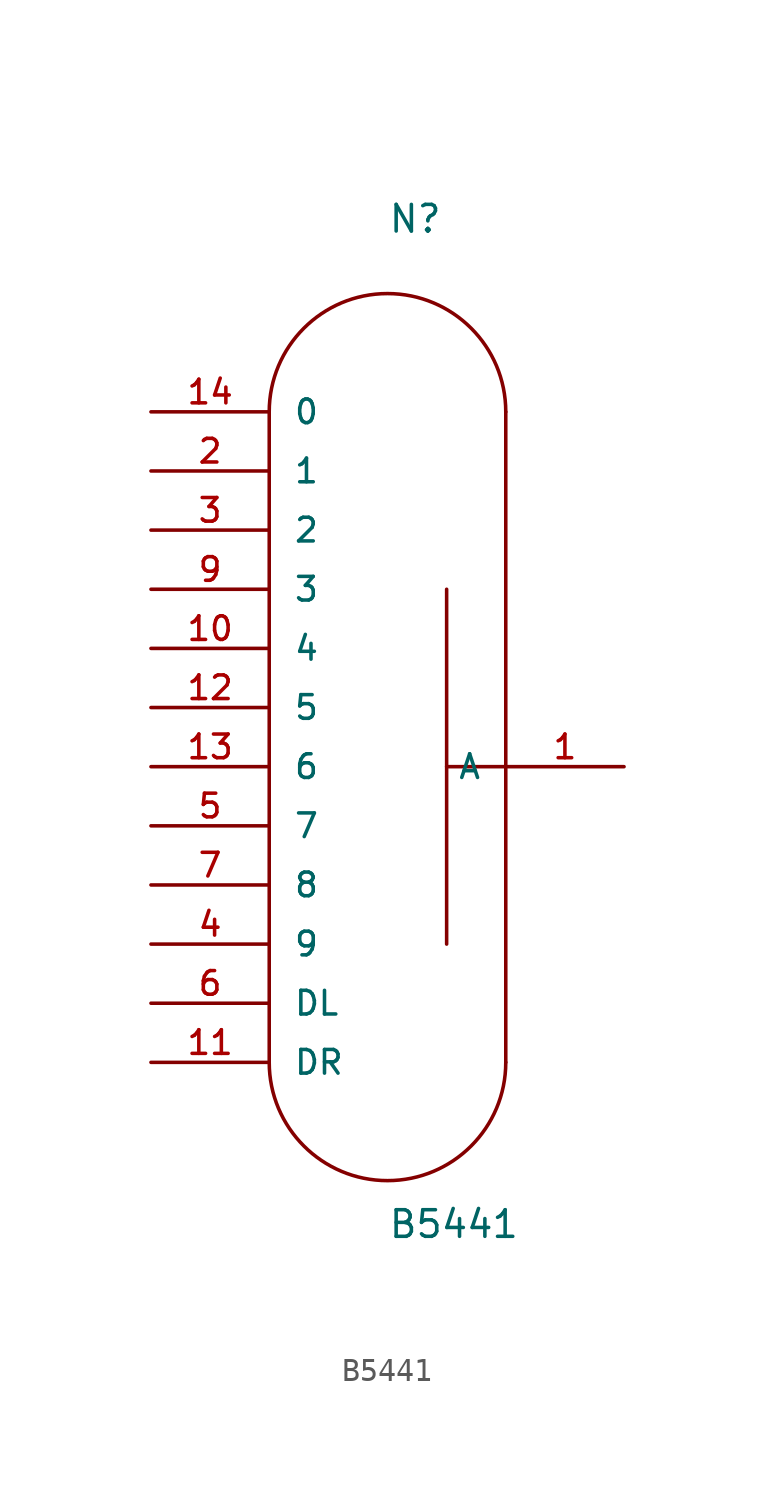
<source format=kicad_sym>
(kicad_symbol_lib
  (version 20220914)
  (generator kicad_symbol_editor)
  (symbol "B5441"
    (pin_names
      (offset 1.016))
    (property "Reference" "N"
      (at 0 22.86 0)
      (effects (font (size 1.143 1.143)) (justify left bottom)))
    (property "Value" "B5441"
      (at 0 -20.32 0)
      (effects (font (size 1.143 1.143)) (justify left bottom)))
    (property "ki_locked" ""
      (at 0 0 0)
      (effects (font (size 1.27 1.27))))
    (symbol "B5441_1_0"
      (polyline (pts (xy -5.08 15.24) (xy -5.08 -12.7)) (stroke (width 0) (type solid)) (fill (type none)))
      (polyline (pts (xy 2.54 -7.62) (xy 2.54 7.62)) (stroke (width 0) (type solid)) (fill (type none)))
      (polyline (pts (xy 5.08 0) (xy 2.54 0)) (stroke (width 0) (type solid)) (fill (type none)))
      (polyline (pts (xy 5.08 15.24) (xy 5.08 -12.7)) (stroke (width 0) (type solid)) (fill (type none))))
    (symbol "B5441_1_1"
      (arc (start -5.08 -12.7) (mid 0 -17.7579) (end 5.08 -12.7) (stroke (width 0) (type solid)) (fill (type none)))
      (arc (start 5.08 15.24) (mid 0 20.2979) (end -5.08 15.24) (stroke (width 0) (type solid)) (fill (type none)))
      (pin passive line (at 10.16 0 180) (length 5.08) (name "A" (effects (font (size 1.016 1.016)))) (number "1" (effects (font (size 1.016 1.016)))))
      (pin passive line (at -10.16 5.08 0) (length 5.08) (name "4" (effects (font (size 1.016 1.016)))) (number "10" (effects (font (size 1.016 1.016)))))
      (pin passive line (at -10.16 -12.7 0) (length 5.08) (name "DR" (effects (font (size 1.016 1.016)))) (number "11" (effects (font (size 1.016 1.016)))))
      (pin passive line (at -10.16 2.54 0) (length 5.08) (name "5" (effects (font (size 1.016 1.016)))) (number "12" (effects (font (size 1.016 1.016)))))
      (pin passive line (at -10.16 0 0) (length 5.08) (name "6" (effects (font (size 1.016 1.016)))) (number "13" (effects (font (size 1.016 1.016)))))
      (pin passive line (at -10.16 15.24 0) (length 5.08) (name "0" (effects (font (size 1.016 1.016)))) (number "14" (effects (font (size 1.016 1.016)))))
      (pin passive line (at -10.16 12.7 0) (length 5.08) (name "1" (effects (font (size 1.016 1.016)))) (number "2" (effects (font (size 1.016 1.016)))))
      (pin passive line (at -10.16 10.16 0) (length 5.08) (name "2" (effects (font (size 1.016 1.016)))) (number "3" (effects (font (size 1.016 1.016)))))
      (pin passive line (at -10.16 -7.62 0) (length 5.08) (name "9" (effects (font (size 1.016 1.016)))) (number "4" (effects (font (size 1.016 1.016)))))
      (pin passive line (at -10.16 -2.54 0) (length 5.08) (name "7" (effects (font (size 1.016 1.016)))) (number "5" (effects (font (size 1.016 1.016)))))
      (pin passive line (at -10.16 -10.16 0) (length 5.08) (name "DL" (effects (font (size 1.016 1.016)))) (number "6" (effects (font (size 1.016 1.016)))))
      (pin passive line (at -10.16 -5.08 0) (length 5.08) (name "8" (effects (font (size 1.016 1.016)))) (number "7" (effects (font (size 1.016 1.016)))))
      (pin passive line (at -10.16 7.62 0) (length 5.08) (name "3" (effects (font (size 1.016 1.016)))) (number "9" (effects (font (size 1.016 1.016))))))))
</source>
